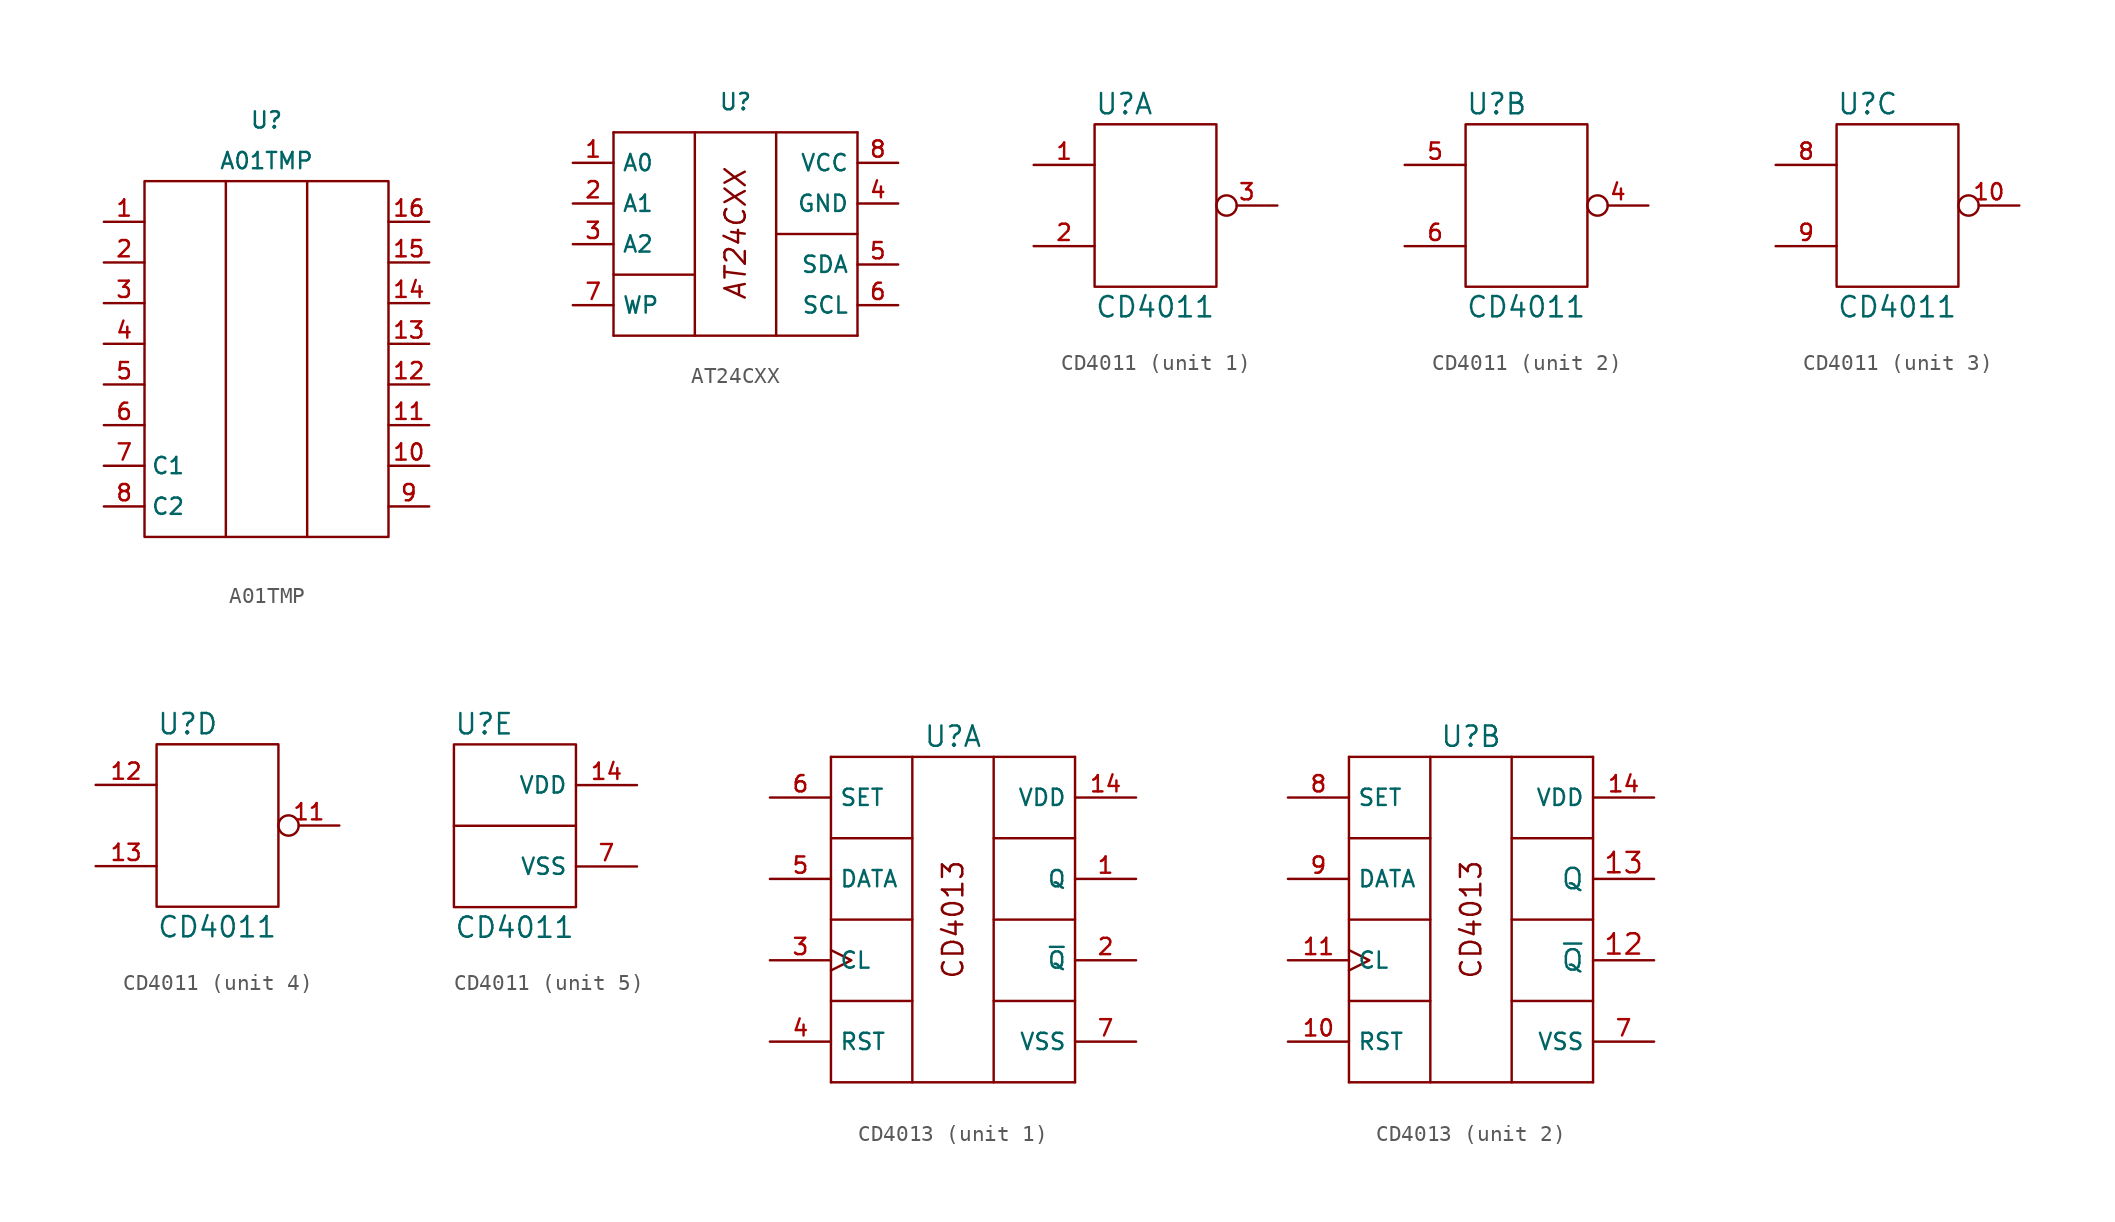
<source format=kicad_sym>
(kicad_symbol_lib
  (version 20220914)
  (generator kicad_symbol_editor)
  (symbol "A01TMP"
    (pin_names
      (offset 0.381))
    (property "Reference" "U"
      (at 0 16.51 0)
      (effects (font (size 1.016 1.016))))
    (property "Value" "A01TMP"
      (at 0 13.97 0)
      (effects (font (size 1.016 1.016))))
    (symbol "A01TMP_0_1"
      (polyline (pts (xy -2.54 12.7) (xy -2.54 -9.525)) (stroke (width 0) (type default)) (fill (type none)))
      (polyline (pts (xy 2.54 12.7) (xy 2.54 -9.525)) (stroke (width 0) (type default)) (fill (type none))))
    (symbol "A01TMP_1_1"
      (rectangle (start -7.62 12.7) (end 7.62 -9.525) (stroke (width 0) (type default)) (fill (type none)))
      (pin passive line (at -10.16 10.16 0) (length 2.54) (name "~" (effects (font (size 1.016 1.016)))) (number "1" (effects (font (size 1.016 1.016)))))
      (pin passive line (at 10.16 -5.08 180) (length 2.54) (name "~" (effects (font (size 1.016 1.016)))) (number "10" (effects (font (size 1.016 1.016)))))
      (pin passive line (at 10.16 -2.54 180) (length 2.54) (name "~" (effects (font (size 1.016 1.016)))) (number "11" (effects (font (size 1.016 1.016)))))
      (pin passive line (at 10.16 0 180) (length 2.54) (name "~" (effects (font (size 1.016 1.016)))) (number "12" (effects (font (size 1.016 1.016)))))
      (pin passive line (at 10.16 2.54 180) (length 2.54) (name "~" (effects (font (size 1.016 1.016)))) (number "13" (effects (font (size 1.016 1.016)))))
      (pin passive line (at 10.16 5.08 180) (length 2.54) (name "~" (effects (font (size 1.016 1.016)))) (number "14" (effects (font (size 1.016 1.016)))))
      (pin passive line (at 10.16 7.62 180) (length 2.54) (name "~" (effects (font (size 1.016 1.016)))) (number "15" (effects (font (size 1.016 1.016)))))
      (pin passive line (at 10.16 10.16 180) (length 2.54) (name "~" (effects (font (size 1.016 1.016)))) (number "16" (effects (font (size 1.016 1.016)))))
      (pin passive line (at -10.16 7.62 0) (length 2.54) (name "~" (effects (font (size 1.016 1.016)))) (number "2" (effects (font (size 1.016 1.016)))))
      (pin passive line (at -10.16 5.08 0) (length 2.54) (name "~" (effects (font (size 1.016 1.016)))) (number "3" (effects (font (size 1.016 1.016)))))
      (pin passive line (at -10.16 2.54 0) (length 2.54) (name "~" (effects (font (size 1.016 1.016)))) (number "4" (effects (font (size 1.016 1.016)))))
      (pin passive line (at -10.16 0 0) (length 2.54) (name "~" (effects (font (size 1.016 1.016)))) (number "5" (effects (font (size 1.016 1.016)))))
      (pin passive line (at -10.16 -2.54 0) (length 2.54) (name "~" (effects (font (size 1.016 1.016)))) (number "6" (effects (font (size 1.016 1.016)))))
      (pin passive line (at -10.16 -5.08 0) (length 2.54) (name "C1" (effects (font (size 1.016 1.016)))) (number "7" (effects (font (size 1.016 1.016)))))
      (pin passive line (at -10.16 -7.62 0) (length 2.54) (name "C2" (effects (font (size 1.016 1.016)))) (number "8" (effects (font (size 1.016 1.016)))))
      (pin passive line (at 10.16 -7.62 180) (length 2.54) (name "~" (effects (font (size 1.016 1.016)))) (number "9" (effects (font (size 1.016 1.016)))))))
  (symbol "AT24CXX"
    (property "Reference" "U"
      (at 0 8.89 0)
      (effects (font (size 1.016 1.016))))
    (symbol "AT24CXX_0_1"
      (polyline (pts (xy -7.62 -1.905) (xy -2.54 -1.905)) (stroke (width 0) (type default)) (fill (type none)))
      (polyline (pts (xy 2.54 0.635) (xy 7.62 0.635)) (stroke (width 0) (type default)) (fill (type none))))
    (symbol "AT24CXX_1_1"
      (polyline (pts (xy -7.62 -5.715) (xy 7.62 -5.715)) (stroke (width 0) (type default)) (fill (type none)))
      (polyline (pts (xy -7.62 6.985) (xy -7.62 -5.715)) (stroke (width 0) (type default)) (fill (type none)))
      (polyline (pts (xy -7.62 6.985) (xy 7.62 6.985)) (stroke (width 0) (type default)) (fill (type none)))
      (polyline (pts (xy -2.54 6.985) (xy -2.54 -5.715)) (stroke (width 0) (type default)) (fill (type none)))
      (polyline (pts (xy 2.54 6.985) (xy 2.54 -5.715)) (stroke (width 0) (type default)) (fill (type none)))
      (polyline (pts (xy 7.62 6.985) (xy 7.62 -5.715)) (stroke (width 0) (type default)) (fill (type none)))
      (text "AT24CXX" (at 0 0.635 900) (effects (font (size 1.27 1.27) italic)))
      (pin input line (at -10.16 5.08 0) (length 2.54) (name "A0" (effects (font (size 1.016 1.016)))) (number "1" (effects (font (size 1.016 1.016)))))
      (pin input line (at -10.16 2.54 0) (length 2.54) (name "A1" (effects (font (size 1.016 1.016)))) (number "2" (effects (font (size 1.016 1.016)))))
      (pin input line (at -10.16 0 0) (length 2.54) (name "A2" (effects (font (size 1.016 1.016)))) (number "3" (effects (font (size 1.016 1.016)))))
      (pin power_in line (at 10.16 2.54 180) (length 2.54) (name "GND" (effects (font (size 1.016 1.016)))) (number "4" (effects (font (size 1.016 1.016)))))
      (pin bidirectional line (at 10.16 -1.27 180) (length 2.54) (name "SDA" (effects (font (size 1.016 1.016)))) (number "5" (effects (font (size 1.016 1.016)))))
      (pin input line (at 10.16 -3.81 180) (length 2.54) (name "SCL" (effects (font (size 1.016 1.016)))) (number "6" (effects (font (size 1.016 1.016)))))
      (pin input line (at -10.16 -3.81 0) (length 2.54) (name "WP" (effects (font (size 1.016 1.016)))) (number "7" (effects (font (size 1.016 1.016)))))
      (pin power_in line (at 10.16 5.08 180) (length 2.54) (name "VCC" (effects (font (size 1.016 1.016)))) (number "8" (effects (font (size 1.016 1.016)))))))
  (symbol "CD4011"
    (property "Reference" "U"
      (at -3.81 6.35 0)
      (effects (font (size 1.27 1.27)) (justify left)))
    (property "Value" "CD4011"
      (at -3.81 -6.35 0)
      (effects (font (size 1.27 1.27)) (justify left)))
    (symbol "CD4011_1_0"
      (rectangle (start -3.81 5.08) (end 3.81 -5.08) (stroke (width 0) (type default)) (fill (type none))))
    (symbol "CD4011_1_1"
      (pin input line (at -7.62 2.54 0) (length 3.81) (name "~" (effects (font (size 1.016 1.016)))) (number "1" (effects (font (size 1.016 1.016)))))
      (pin input line (at -7.62 -2.54 0) (length 3.81) (name "~" (effects (font (size 1.016 1.016)))) (number "2" (effects (font (size 1.016 1.016)))))
      (pin output inverted (at 7.62 0 180) (length 3.81) (name "~" (effects (font (size 1.016 1.016)))) (number "3" (effects (font (size 1.016 1.016))))))
    (symbol "CD4011_2_0"
      (rectangle (start -3.81 5.08) (end 3.81 -5.08) (stroke (width 0) (type default)) (fill (type none))))
    (symbol "CD4011_2_1"
      (pin output inverted (at 7.62 0 180) (length 3.81) (name "~" (effects (font (size 1.016 1.016)))) (number "4" (effects (font (size 1.016 1.016)))))
      (pin input line (at -7.62 2.54 0) (length 3.81) (name "~" (effects (font (size 1.016 1.016)))) (number "5" (effects (font (size 1.016 1.016)))))
      (pin input line (at -7.62 -2.54 0) (length 3.81) (name "~" (effects (font (size 1.016 1.016)))) (number "6" (effects (font (size 1.016 1.016))))))
    (symbol "CD4011_3_0"
      (rectangle (start -3.81 5.08) (end 3.81 -5.08) (stroke (width 0) (type default)) (fill (type none))))
    (symbol "CD4011_3_1"
      (pin output inverted (at 7.62 0 180) (length 3.81) (name "~" (effects (font (size 1.016 1.016)))) (number "10" (effects (font (size 1.016 1.016)))))
      (pin input line (at -7.62 2.54 0) (length 3.81) (name "~" (effects (font (size 1.016 1.016)))) (number "8" (effects (font (size 1.016 1.016)))))
      (pin input line (at -7.62 -2.54 0) (length 3.81) (name "~" (effects (font (size 1.016 1.016)))) (number "9" (effects (font (size 1.016 1.016))))))
    (symbol "CD4011_4_0"
      (rectangle (start -3.81 5.08) (end 3.81 -5.08) (stroke (width 0) (type default)) (fill (type none))))
    (symbol "CD4011_4_1"
      (pin output inverted (at 7.62 0 180) (length 3.81) (name "~" (effects (font (size 1.016 1.016)))) (number "11" (effects (font (size 1.016 1.016)))))
      (pin input line (at -7.62 2.54 0) (length 3.81) (name "~" (effects (font (size 1.016 1.016)))) (number "12" (effects (font (size 1.016 1.016)))))
      (pin input line (at -7.62 -2.54 0) (length 3.81) (name "~" (effects (font (size 1.016 1.016)))) (number "13" (effects (font (size 1.016 1.016))))))
    (symbol "CD4011_5_0"
      (rectangle (start -3.81 5.08) (end 3.81 -5.08) (stroke (width 0) (type default)) (fill (type none)))
      (polyline (pts (xy 3.81 0) (xy -3.81 0)) (stroke (width 0) (type default)) (fill (type none))))
    (symbol "CD4011_5_1"
      (pin input line (at 7.62 2.54 180) (length 3.81) (name "VDD" (effects (font (size 1.016 1.016)))) (number "14" (effects (font (size 1.016 1.016)))))
      (pin input line (at 7.62 -2.54 180) (length 3.81) (name "VSS" (effects (font (size 1.016 1.016)))) (number "7" (effects (font (size 1.016 1.016)))))))
  (symbol "CD4013"
    (property "Reference" "U"
      (at 0 11.43 0)
      (effects (font (size 1.27 1.27))))
    (symbol "CD4013_0_0"
      (pin power_in line (at 11.43 7.62 180) (length 3.81) (name "VDD" (effects (font (size 1.016 1.016)))) (number "14" (effects (font (size 1.016 1.016)))))
      (pin power_in line (at 11.43 -7.62 180) (length 3.81) (name "VSS" (effects (font (size 1.016 1.016)))) (number "7" (effects (font (size 1.016 1.016))))))
    (symbol "CD4013_0_1"
      (polyline (pts (xy -7.62 -10.16) (xy 7.62 -10.16)) (stroke (width 0) (type default)) (fill (type none)))
      (polyline (pts (xy -7.62 -5.08) (xy -2.54 -5.08)) (stroke (width 0) (type default)) (fill (type none)))
      (polyline (pts (xy -7.62 0) (xy -2.54 0)) (stroke (width 0) (type default)) (fill (type none)))
      (polyline (pts (xy -7.62 5.08) (xy -2.54 5.08)) (stroke (width 0) (type default)) (fill (type none)))
      (polyline (pts (xy -7.62 10.16) (xy -7.62 -10.16)) (stroke (width 0) (type default)) (fill (type none)))
      (polyline (pts (xy -7.62 10.16) (xy 7.62 10.16)) (stroke (width 0) (type default)) (fill (type none)))
      (polyline (pts (xy -2.54 10.16) (xy -2.54 -10.16)) (stroke (width 0) (type default)) (fill (type none)))
      (polyline (pts (xy 2.54 -5.08) (xy 7.62 -5.08)) (stroke (width 0) (type default)) (fill (type none)))
      (polyline (pts (xy 2.54 0) (xy 7.62 0)) (stroke (width 0) (type default)) (fill (type none)))
      (polyline (pts (xy 2.54 5.08) (xy 7.62 5.08)) (stroke (width 0) (type default)) (fill (type none)))
      (polyline (pts (xy 2.54 10.16) (xy 2.54 -10.16)) (stroke (width 0) (type default)) (fill (type none)))
      (polyline (pts (xy 7.62 10.16) (xy 7.62 -10.16)) (stroke (width 0) (type default)) (fill (type none)))
      (text "CD4013" (at 0 0 900) (effects (font (size 1.27 1.27)))))
    (symbol "CD4013_1_1"
      (pin output line (at 11.43 2.54 180) (length 3.81) (name "Q" (effects (font (size 1.016 1.016)))) (number "1" (effects (font (size 1.016 1.016)))))
      (pin output line (at 11.43 -2.54 180) (length 3.81) (name "~{Q}" (effects (font (size 1.016 1.016)))) (number "2" (effects (font (size 1.016 1.016)))))
      (pin input clock (at -11.43 -2.54 0) (length 3.81) (name "CL" (effects (font (size 1.016 1.016)))) (number "3" (effects (font (size 1.016 1.016)))))
      (pin input line (at -11.43 -7.62 0) (length 3.81) (name "RST" (effects (font (size 1.016 1.016)))) (number "4" (effects (font (size 1.016 1.016)))))
      (pin input line (at -11.43 2.54 0) (length 3.81) (name "DATA" (effects (font (size 1.016 1.016)))) (number "5" (effects (font (size 1.016 1.016)))))
      (pin input line (at -11.43 7.62 0) (length 3.81) (name "SET" (effects (font (size 1.016 1.016)))) (number "6" (effects (font (size 1.016 1.016))))))
    (symbol "CD4013_2_1"
      (pin input line (at -11.43 -7.62 0) (length 3.81) (name "RST" (effects (font (size 1.016 1.016)))) (number "10" (effects (font (size 1.016 1.016)))))
      (pin input clock (at -11.43 -2.54 0) (length 3.81) (name "CL" (effects (font (size 1.016 1.016)))) (number "11" (effects (font (size 1.016 1.016)))))
      (pin input line (at 11.43 -2.54 180) (length 3.81) (name "~{Q}" (effects (font (size 1.27 1.27)))) (number "12" (effects (font (size 1.27 1.27)))))
      (pin input line (at 11.43 2.54 180) (length 3.81) (name "Q" (effects (font (size 1.27 1.27)))) (number "13" (effects (font (size 1.27 1.27)))))
      (pin input line (at -11.43 7.62 0) (length 3.81) (name "SET" (effects (font (size 1.016 1.016)))) (number "8" (effects (font (size 1.016 1.016)))))
      (pin input line (at -11.43 2.54 0) (length 3.81) (name "DATA" (effects (font (size 1.016 1.016)))) (number "9" (effects (font (size 1.016 1.016))))))))
</source>
